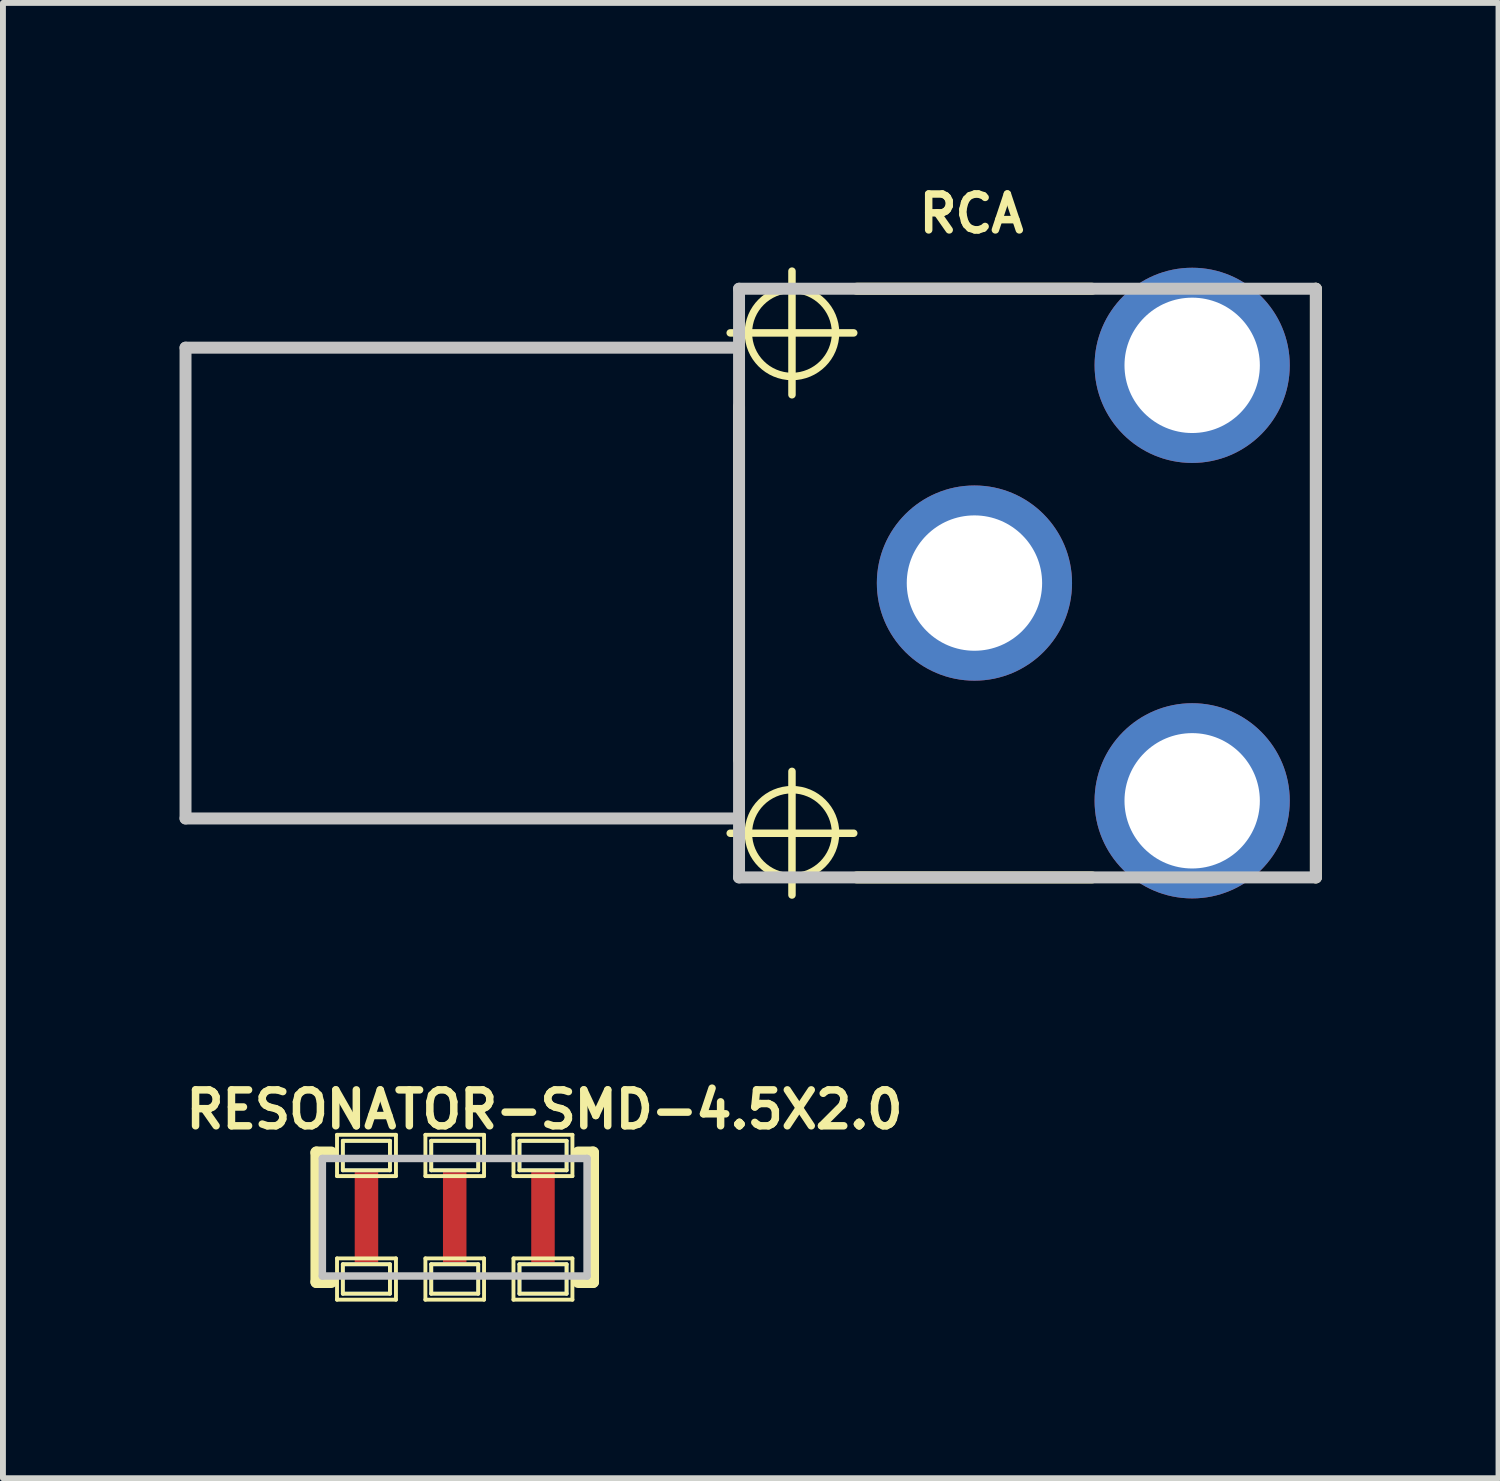
<source format=kicad_pcb>
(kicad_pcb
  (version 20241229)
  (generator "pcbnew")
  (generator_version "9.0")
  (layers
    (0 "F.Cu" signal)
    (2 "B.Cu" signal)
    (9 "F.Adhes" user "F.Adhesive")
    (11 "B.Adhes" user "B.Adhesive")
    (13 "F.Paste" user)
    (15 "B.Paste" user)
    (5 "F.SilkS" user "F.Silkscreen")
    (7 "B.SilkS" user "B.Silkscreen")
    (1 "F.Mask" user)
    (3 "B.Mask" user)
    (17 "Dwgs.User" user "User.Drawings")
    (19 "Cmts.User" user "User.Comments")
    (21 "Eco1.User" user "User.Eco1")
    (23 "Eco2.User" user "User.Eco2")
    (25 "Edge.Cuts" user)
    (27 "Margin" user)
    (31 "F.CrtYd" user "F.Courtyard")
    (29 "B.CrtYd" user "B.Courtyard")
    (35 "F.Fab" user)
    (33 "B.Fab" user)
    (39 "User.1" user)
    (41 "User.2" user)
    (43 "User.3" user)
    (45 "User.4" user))
  (footprint "RESONATOR-SMD-4.5X2.0"
    (layer "F.Cu")
    (at 4.673 17.624)
    (property "Reference" "RESONATOR-SMD-4.5X2.0" (at 1.524 -1.829 0) (layer "F.SilkS") (effects (font (size 0.61 0.61) (thickness 0.127))))
    (attr smd)
    (fp_line (start -1.9 -1.298) (end -1.1 -1.298) (stroke (width 0.066) (type solid)) (layer "B.Cu"))
    (fp_line (start -1.9 -0.798) (end -1.9 -1.298) (stroke (width 0.066) (type solid)) (layer "B.Cu"))
    (fp_line (start -1.9 -0.798) (end -1.1 -0.798) (stroke (width 0.066) (type solid)) (layer "B.Cu"))
    (fp_line (start -1.9 0.798) (end -1.1 0.798) (stroke (width 0.066) (type solid)) (layer "B.Cu"))
    (fp_line (start -1.9 1.298) (end -1.9 0.798) (stroke (width 0.066) (type solid)) (layer "B.Cu"))
    (fp_line (start -1.9 1.298) (end -1.1 1.298) (stroke (width 0.066) (type solid)) (layer "B.Cu"))
    (fp_line (start -1.1 -0.798) (end -1.1 -1.298) (stroke (width 0.066) (type solid)) (layer "B.Cu"))
    (fp_line (start -1.1 1.298) (end -1.1 0.798) (stroke (width 0.066) (type solid)) (layer "B.Cu"))
    (fp_line (start -0.399 -1.298) (end 0.399 -1.298) (stroke (width 0.066) (type solid)) (layer "B.Cu"))
    (fp_line (start -0.399 -0.798) (end -0.399 -1.298) (stroke (width 0.066) (type solid)) (layer "B.Cu"))
    (fp_line (start -0.399 -0.798) (end 0.399 -0.798) (stroke (width 0.066) (type solid)) (layer "B.Cu"))
    (fp_line (start -0.399 0.798) (end 0.399 0.798) (stroke (width 0.066) (type solid)) (layer "B.Cu"))
    (fp_line (start -0.399 1.298) (end -0.399 0.798) (stroke (width 0.066) (type solid)) (layer "B.Cu"))
    (fp_line (start -0.399 1.298) (end 0.399 1.298) (stroke (width 0.066) (type solid)) (layer "B.Cu"))
    (fp_line (start 0.399 -0.798) (end 0.399 -1.298) (stroke (width 0.066) (type solid)) (layer "B.Cu"))
    (fp_line (start 0.399 1.298) (end 0.399 0.798) (stroke (width 0.066) (type solid)) (layer "B.Cu"))
    (fp_line (start 1.1 -1.298) (end 1.9 -1.298) (stroke (width 0.066) (type solid)) (layer "B.Cu"))
    (fp_line (start 1.1 -0.798) (end 1.1 -1.298) (stroke (width 0.066) (type solid)) (layer "B.Cu"))
    (fp_line (start 1.1 -0.798) (end 1.9 -0.798) (stroke (width 0.066) (type solid)) (layer "B.Cu"))
    (fp_line (start 1.1 0.798) (end 1.9 0.798) (stroke (width 0.066) (type solid)) (layer "B.Cu"))
    (fp_line (start 1.1 1.298) (end 1.1 0.798) (stroke (width 0.066) (type solid)) (layer "B.Cu"))
    (fp_line (start 1.1 1.298) (end 1.9 1.298) (stroke (width 0.066) (type solid)) (layer "B.Cu"))
    (fp_line (start 1.9 -0.798) (end 1.9 -1.298) (stroke (width 0.066) (type solid)) (layer "B.Cu"))
    (fp_line (start 1.9 1.298) (end 1.9 0.798) (stroke (width 0.066) (type solid)) (layer "B.Cu"))
    (fp_line (start -2.349 1.1) (end -2.349 -1.1) (stroke (width 0.203) (type solid)) (layer "F.SilkS"))
    (fp_line (start -2.098 -1.1) (end -2.349 -1.1) (stroke (width 0.203) (type solid)) (layer "F.SilkS"))
    (fp_line (start -2.098 1.1) (end -2.349 1.1) (stroke (width 0.203) (type solid)) (layer "F.SilkS"))
    (fp_line (start -1.999 -1.4) (end -0.998 -1.4) (stroke (width 0.066) (type solid)) (layer "F.SilkS"))
    (fp_line (start -1.999 -0.699) (end -1.999 -1.4) (stroke (width 0.066) (type solid)) (layer "F.SilkS"))
    (fp_line (start -1.999 -0.699) (end -0.998 -0.699) (stroke (width 0.066) (type solid)) (layer "F.SilkS"))
    (fp_line (start -1.999 0.699) (end -0.998 0.699) (stroke (width 0.066) (type solid)) (layer "F.SilkS"))
    (fp_line (start -1.999 1.4) (end -1.999 0.699) (stroke (width 0.066) (type solid)) (layer "F.SilkS"))
    (fp_line (start -1.999 1.4) (end -0.998 1.4) (stroke (width 0.066) (type solid)) (layer "F.SilkS"))
    (fp_line (start -1.9 -1.298) (end -1.1 -1.298) (stroke (width 0.066) (type solid)) (layer "F.SilkS"))
    (fp_line (start -1.9 -0.798) (end -1.9 -1.298) (stroke (width 0.066) (type solid)) (layer "F.SilkS"))
    (fp_line (start -1.9 -0.798) (end -1.1 -0.798) (stroke (width 0.066) (type solid)) (layer "F.SilkS"))
    (fp_line (start -1.9 0.798) (end -1.1 0.798) (stroke (width 0.066) (type solid)) (layer "F.SilkS"))
    (fp_line (start -1.9 1.298) (end -1.9 0.798) (stroke (width 0.066) (type solid)) (layer "F.SilkS"))
    (fp_line (start -1.9 1.298) (end -1.1 1.298) (stroke (width 0.066) (type solid)) (layer "F.SilkS"))
    (fp_line (start -1.1 -0.798) (end -1.1 -1.298) (stroke (width 0.066) (type solid)) (layer "F.SilkS"))
    (fp_line (start -1.1 1.298) (end -1.1 0.798) (stroke (width 0.066) (type solid)) (layer "F.SilkS"))
    (fp_line (start -0.998 -0.699) (end -0.998 -1.4) (stroke (width 0.066) (type solid)) (layer "F.SilkS"))
    (fp_line (start -0.998 1.4) (end -0.998 0.699) (stroke (width 0.066) (type solid)) (layer "F.SilkS"))
    (fp_line (start -0.498 -1.4) (end 0.498 -1.4) (stroke (width 0.066) (type solid)) (layer "F.SilkS"))
    (fp_line (start -0.498 -0.699) (end -0.498 -1.4) (stroke (width 0.066) (type solid)) (layer "F.SilkS"))
    (fp_line (start -0.498 -0.699) (end 0.498 -0.699) (stroke (width 0.066) (type solid)) (layer "F.SilkS"))
    (fp_line (start -0.498 0.699) (end 0.498 0.699) (stroke (width 0.066) (type solid)) (layer "F.SilkS"))
    (fp_line (start -0.498 1.4) (end -0.498 0.699) (stroke (width 0.066) (type solid)) (layer "F.SilkS"))
    (fp_line (start -0.498 1.4) (end 0.498 1.4) (stroke (width 0.066) (type solid)) (layer "F.SilkS"))
    (fp_line (start -0.399 -1.298) (end 0.399 -1.298) (stroke (width 0.066) (type solid)) (layer "F.SilkS"))
    (fp_line (start -0.399 -0.798) (end -0.399 -1.298) (stroke (width 0.066) (type solid)) (layer "F.SilkS"))
    (fp_line (start -0.399 -0.798) (end 0.399 -0.798) (stroke (width 0.066) (type solid)) (layer "F.SilkS"))
    (fp_line (start -0.399 0.798) (end 0.399 0.798) (stroke (width 0.066) (type solid)) (layer "F.SilkS"))
    (fp_line (start -0.399 1.298) (end -0.399 0.798) (stroke (width 0.066) (type solid)) (layer "F.SilkS"))
    (fp_line (start -0.399 1.298) (end 0.399 1.298) (stroke (width 0.066) (type solid)) (layer "F.SilkS"))
    (fp_line (start 0.399 -0.798) (end 0.399 -1.298) (stroke (width 0.066) (type solid)) (layer "F.SilkS"))
    (fp_line (start 0.399 1.298) (end 0.399 0.798) (stroke (width 0.066) (type solid)) (layer "F.SilkS"))
    (fp_line (start 0.498 -0.699) (end 0.498 -1.4) (stroke (width 0.066) (type solid)) (layer "F.SilkS"))
    (fp_line (start 0.498 1.4) (end 0.498 0.699) (stroke (width 0.066) (type solid)) (layer "F.SilkS"))
    (fp_line (start 0.998 -1.4) (end 1.999 -1.4) (stroke (width 0.066) (type solid)) (layer "F.SilkS"))
    (fp_line (start 0.998 -0.699) (end 0.998 -1.4) (stroke (width 0.066) (type solid)) (layer "F.SilkS"))
    (fp_line (start 0.998 -0.699) (end 1.999 -0.699) (stroke (width 0.066) (type solid)) (layer "F.SilkS"))
    (fp_line (start 0.998 0.699) (end 1.999 0.699) (stroke (width 0.066) (type solid)) (layer "F.SilkS"))
    (fp_line (start 0.998 1.4) (end 0.998 0.699) (stroke (width 0.066) (type solid)) (layer "F.SilkS"))
    (fp_line (start 0.998 1.4) (end 1.999 1.4) (stroke (width 0.066) (type solid)) (layer "F.SilkS"))
    (fp_line (start 1.1 -1.298) (end 1.9 -1.298) (stroke (width 0.066) (type solid)) (layer "F.SilkS"))
    (fp_line (start 1.1 -0.798) (end 1.1 -1.298) (stroke (width 0.066) (type solid)) (layer "F.SilkS"))
    (fp_line (start 1.1 -0.798) (end 1.9 -0.798) (stroke (width 0.066) (type solid)) (layer "F.SilkS"))
    (fp_line (start 1.1 0.798) (end 1.9 0.798) (stroke (width 0.066) (type solid)) (layer "F.SilkS"))
    (fp_line (start 1.1 1.298) (end 1.1 0.798) (stroke (width 0.066) (type solid)) (layer "F.SilkS"))
    (fp_line (start 1.1 1.298) (end 1.9 1.298) (stroke (width 0.066) (type solid)) (layer "F.SilkS"))
    (fp_line (start 1.9 -0.798) (end 1.9 -1.298) (stroke (width 0.066) (type solid)) (layer "F.SilkS"))
    (fp_line (start 1.9 1.298) (end 1.9 0.798) (stroke (width 0.066) (type solid)) (layer "F.SilkS"))
    (fp_line (start 1.999 -0.699) (end 1.999 -1.4) (stroke (width 0.066) (type solid)) (layer "F.SilkS"))
    (fp_line (start 1.999 1.4) (end 1.999 0.699) (stroke (width 0.066) (type solid)) (layer "F.SilkS"))
    (fp_line (start 2.349 -1.1) (end 2.098 -1.1) (stroke (width 0.203) (type solid)) (layer "F.SilkS"))
    (fp_line (start 2.349 1.1) (end 2.098 1.1) (stroke (width 0.203) (type solid)) (layer "F.SilkS"))
    (fp_line (start 2.349 1.1) (end 2.349 -1.1) (stroke (width 0.203) (type solid)) (layer "F.SilkS"))
    (fp_line (start -2.248 -0.998) (end 2.248 -0.998) (stroke (width 0.127) (type solid)) (layer "Dwgs.User"))
    (fp_line (start -2.248 0.998) (end -2.248 -0.998) (stroke (width 0.127) (type solid)) (layer "Dwgs.User"))
    (fp_line (start 2.248 -0.998) (end 2.248 0.998) (stroke (width 0.127) (type solid)) (layer "Dwgs.User"))
    (fp_line (start 2.248 0.998) (end -2.248 0.998) (stroke (width 0.127) (type solid)) (layer "Dwgs.User"))
    (pad "1" smd rect (at -1.499 0) (size 0.399 1.598) (layers "F.Cu" "F.Mask" "F.Paste"))
    (pad "2" smd rect (at 0 0) (size 0.399 1.598) (layers "F.Cu" "F.Mask" "F.Paste"))
    (pad "3" smd rect (at 1.499 0) (size 0.399 1.598) (layers "F.Cu" "F.Mask" "F.Paste")))
  (footprint "RCA"
    (layer "F.Cu")
    (at 13.5 6.853)
    (property "Reference" "RCA" (at -0.051 -6.274 0) (layer "F.SilkS") (effects (font (size 0.61 0.61) (thickness 0.127))))
    (attr exclude_from_pos_files exclude_from_bom)
    (fp_line (start -4.148 -4.249) (end -2.05 -4.249) (stroke (width 0.127) (type solid)) (layer "F.SilkS"))
    (fp_line (start -4.148 4.249) (end -2.05 4.249) (stroke (width 0.127) (type solid)) (layer "F.SilkS"))
    (fp_line (start -3.998 -3) (end -3.998 3) (stroke (width 0.203) (type solid)) (layer "F.SilkS"))
    (fp_line (start -3.099 -3.198) (end -3.099 -5.298) (stroke (width 0.127) (type solid)) (layer "F.SilkS"))
    (fp_line (start -3.099 5.298) (end -3.099 3.198) (stroke (width 0.127) (type solid)) (layer "F.SilkS"))
    (fp_line (start -1.999 -4.999) (end 1.999 -4.999) (stroke (width 0.203) (type solid)) (layer "F.SilkS"))
    (fp_line (start -1.999 4.999) (end 1.999 4.999) (stroke (width 0.203) (type solid)) (layer "F.SilkS"))
    (fp_line (start 5.799 -4.999) (end 5.799 4.999) (stroke (width 0.203) (type solid)) (layer "F.SilkS"))
    (fp_circle (center -3.099 -4.249) (end -3.622 -4.773) (stroke (width 0.127) (type solid)) (fill no) (layer "F.SilkS"))
    (fp_circle (center -3.099 4.249) (end -3.622 4.773) (stroke (width 0.127) (type solid)) (fill no) (layer "F.SilkS"))
    (fp_line (start -13.399 -3.998) (end -13.399 3.998) (stroke (width 0.203) (type solid)) (layer "Dwgs.User"))
    (fp_line (start -13.399 3.998) (end -3.998 3.998) (stroke (width 0.203) (type solid)) (layer "Dwgs.User"))
    (fp_line (start -3.998 -4.999) (end -3.998 4.999) (stroke (width 0.203) (type solid)) (layer "Dwgs.User"))
    (fp_line (start -3.998 -3.998) (end -13.399 -3.998) (stroke (width 0.203) (type solid)) (layer "Dwgs.User"))
    (fp_line (start -3.998 4.999) (end 5.799 4.999) (stroke (width 0.203) (type solid)) (layer "Dwgs.User"))
    (fp_line (start 5.799 -4.999) (end -3.998 -4.999) (stroke (width 0.203) (type solid)) (layer "Dwgs.User"))
    (fp_line (start 5.799 4.999) (end 5.799 -4.999) (stroke (width 0.203) (type solid)) (layer "Dwgs.User"))
    (pad "PIN" thru_hole circle (at 3.698 -3.698) (size 3.315 3.315) (drill 2.299) (layers "*.Cu" "*.Paste" "*.Mask"))
    (pad "SHEL" thru_hole circle (at 0 0) (size 3.315 3.315) (drill 2.299) (layers "*.Cu" "*.Paste" "*.Mask"))
    (pad "SWIT" thru_hole circle (at 3.698 3.698) (size 3.315 3.315) (drill 2.299) (layers "*.Cu" "*.Paste" "*.Mask")))
  (gr_rect
    (start -3 -3)
    (end 22.401 22.056)
    (stroke (width 0.1) (type default))
    (fill no)
    (layer "Edge.Cuts")))
</source>
